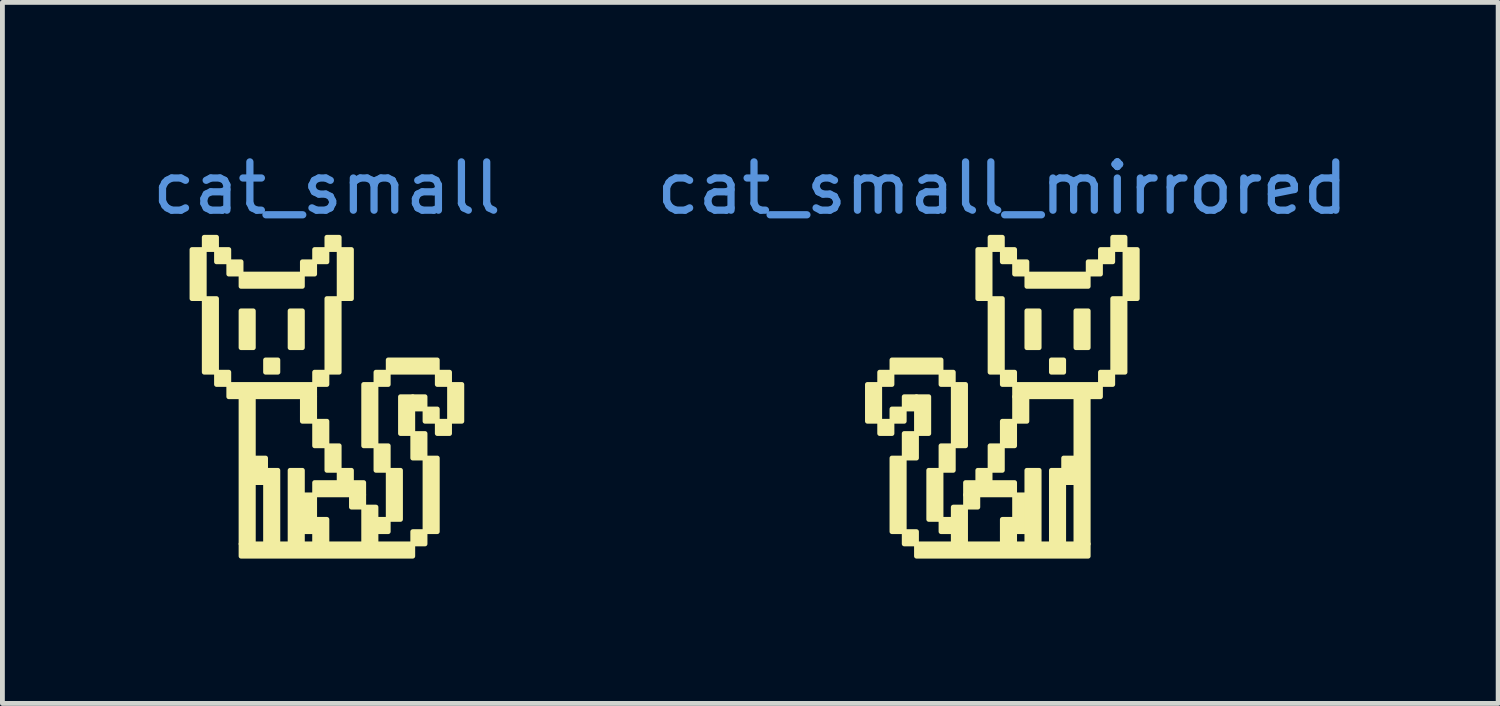
<source format=kicad_pcb>
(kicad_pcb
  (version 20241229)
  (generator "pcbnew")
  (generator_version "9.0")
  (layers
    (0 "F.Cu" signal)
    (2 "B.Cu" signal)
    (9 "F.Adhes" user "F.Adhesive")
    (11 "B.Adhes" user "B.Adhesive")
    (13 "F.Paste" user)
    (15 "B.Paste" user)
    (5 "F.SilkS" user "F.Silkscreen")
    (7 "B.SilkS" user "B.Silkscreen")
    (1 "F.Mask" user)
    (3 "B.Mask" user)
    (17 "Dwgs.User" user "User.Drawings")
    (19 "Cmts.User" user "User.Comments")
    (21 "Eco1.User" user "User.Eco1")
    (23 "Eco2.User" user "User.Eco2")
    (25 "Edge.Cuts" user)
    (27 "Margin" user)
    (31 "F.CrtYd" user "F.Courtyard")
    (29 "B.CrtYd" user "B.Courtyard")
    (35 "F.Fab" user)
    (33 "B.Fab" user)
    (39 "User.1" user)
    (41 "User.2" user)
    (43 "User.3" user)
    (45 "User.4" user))
  (footprint "cat_small_mirrored"
    (layer "F.Cu")
    (at 17.708 6.182)
    (property "Reference" "cat_small_mirrored" (at 0 -5.334 0) (layer "Cmts.User") (effects (font (size 1 1) (thickness 0.15))))
    (attr through_hole)
    (fp_poly (pts (xy -2.794 -0.508) (xy -2.54 -0.508) (xy -2.54 -1.27) (xy -2.794 -1.27)) (stroke (width 0.1) (type solid)) (fill yes) (layer "F.SilkS"))
    (fp_poly (pts (xy -2.54 -1.27) (xy -2.286 -1.27) (xy -2.286 -1.524) (xy -2.54 -1.524)) (stroke (width 0.1) (type solid)) (fill yes) (layer "F.SilkS"))
    (fp_poly (pts (xy -2.54 -0.254) (xy -2.286 -0.254) (xy -2.286 -0.508) (xy -2.54 -0.508)) (stroke (width 0.1) (type solid)) (fill yes) (layer "F.SilkS"))
    (fp_poly (pts (xy -2.286 -1.524) (xy -1.27 -1.524) (xy -1.27 -1.778) (xy -2.286 -1.778)) (stroke (width 0.1) (type solid)) (fill yes) (layer "F.SilkS"))
    (fp_poly (pts (xy -2.286 -0.508) (xy -2.032 -0.508) (xy -2.032 -0.762) (xy -2.286 -0.762)) (stroke (width 0.1) (type solid)) (fill yes) (layer "F.SilkS"))
    (fp_poly (pts (xy -2.286 1.778) (xy -2.032 1.778) (xy -2.032 0.254) (xy -2.286 0.254)) (stroke (width 0.1) (type solid)) (fill yes) (layer "F.SilkS"))
    (fp_poly (pts (xy -2.032 -0.762) (xy -1.778 -0.762) (xy -1.778 -1.016) (xy -2.032 -1.016)) (stroke (width 0.1) (type solid)) (fill yes) (layer "F.SilkS"))
    (fp_poly (pts (xy -2.032 0.254) (xy -1.778 0.254) (xy -1.778 -0.254) (xy -2.032 -0.254)) (stroke (width 0.1) (type solid)) (fill yes) (layer "F.SilkS"))
    (fp_poly (pts (xy -2.032 2.032) (xy -1.778 2.032) (xy -1.778 1.778) (xy -2.032 1.778)) (stroke (width 0.1) (type solid)) (fill yes) (layer "F.SilkS"))
    (fp_poly (pts (xy -1.778 -0.254) (xy -1.524 -0.254) (xy -1.524 -1.016) (xy -1.778 -1.016)) (stroke (width 0.1) (type solid)) (fill yes) (layer "F.SilkS"))
    (fp_poly (pts (xy -1.778 2.286) (xy 1.778 2.286) (xy 1.778 2.032) (xy -1.778 2.032)) (stroke (width 0.1) (type solid)) (fill yes) (layer "F.SilkS"))
    (fp_poly (pts (xy -1.524 1.524) (xy -1.27 1.524) (xy -1.27 0.508) (xy -1.524 0.508)) (stroke (width 0.1) (type solid)) (fill yes) (layer "F.SilkS"))
    (fp_poly (pts (xy -1.27 -1.27) (xy -1.016 -1.27) (xy -1.016 -1.524) (xy -1.27 -1.524)) (stroke (width 0.1) (type solid)) (fill yes) (layer "F.SilkS"))
    (fp_poly (pts (xy -1.27 0.508) (xy -1.016 0.508) (xy -1.016 0) (xy -1.27 0)) (stroke (width 0.1) (type solid)) (fill yes) (layer "F.SilkS"))
    (fp_poly (pts (xy -1.27 1.778) (xy -1.016 1.778) (xy -1.016 1.524) (xy -1.27 1.524)) (stroke (width 0.1) (type solid)) (fill yes) (layer "F.SilkS"))
    (fp_poly (pts (xy -1.016 0) (xy -0.762 0) (xy -0.762 -1.27) (xy -1.016 -1.27)) (stroke (width 0.1) (type solid)) (fill yes) (layer "F.SilkS"))
    (fp_poly (pts (xy -1.016 2.032) (xy -0.762 2.032) (xy -0.762 1.27) (xy -1.016 1.27)) (stroke (width 0.1) (type solid)) (fill yes) (layer "F.SilkS"))
    (fp_poly (pts (xy -0.762 1.016) (xy 0.254 1.016) (xy 0.254 0.762) (xy -0.762 0.762)) (stroke (width 0.1) (type solid)) (fill yes) (layer "F.SilkS"))
    (fp_poly (pts (xy -0.762 1.27) (xy -0.508 1.27) (xy -0.508 1.016) (xy -0.762 1.016)) (stroke (width 0.1) (type solid)) (fill yes) (layer "F.SilkS"))
    (fp_poly (pts (xy -0.508 -3.048) (xy -0.254 -3.048) (xy -0.254 -4.064) (xy -0.508 -4.064)) (stroke (width 0.1) (type solid)) (fill yes) (layer "F.SilkS"))
    (fp_poly (pts (xy -0.508 0.762) (xy -0.254 0.762) (xy -0.254 0.508) (xy -0.508 0.508)) (stroke (width 0.1) (type solid)) (fill yes) (layer "F.SilkS"))
    (fp_poly (pts (xy -0.254 -4.064) (xy 0 -4.064) (xy 0 -4.318) (xy -0.254 -4.318)) (stroke (width 0.1) (type solid)) (fill yes) (layer "F.SilkS"))
    (fp_poly (pts (xy -0.254 -1.524) (xy 0 -1.524) (xy 0 -3.048) (xy -0.254 -3.048)) (stroke (width 0.1) (type solid)) (fill yes) (layer "F.SilkS"))
    (fp_poly (pts (xy -0.254 0.508) (xy 0 0.508) (xy 0 0) (xy -0.254 0)) (stroke (width 0.1) (type solid)) (fill yes) (layer "F.SilkS"))
    (fp_poly (pts (xy 0 -3.81) (xy 0.254 -3.81) (xy 0.254 -4.064) (xy 0 -4.064)) (stroke (width 0.1) (type solid)) (fill yes) (layer "F.SilkS"))
    (fp_poly (pts (xy 0 -1.27) (xy 0.254 -1.27) (xy 0.254 -1.524) (xy 0 -1.524)) (stroke (width 0.1) (type solid)) (fill yes) (layer "F.SilkS"))
    (fp_poly (pts (xy 0 0) (xy 0.254 0) (xy 0.254 -0.508) (xy 0 -0.508)) (stroke (width 0.1) (type solid)) (fill yes) (layer "F.SilkS"))
    (fp_poly (pts (xy 0 2.032) (xy 0.254 2.032) (xy 0.254 1.524) (xy 0 1.524)) (stroke (width 0.1) (type solid)) (fill yes) (layer "F.SilkS"))
    (fp_poly (pts (xy 0.254 -3.556) (xy 0.508 -3.556) (xy 0.508 -3.81) (xy 0.254 -3.81)) (stroke (width 0.1) (type solid)) (fill yes) (layer "F.SilkS"))
    (fp_poly (pts (xy 0.254 -1.016) (xy 2.032 -1.016) (xy 2.032 -1.27) (xy 0.254 -1.27)) (stroke (width 0.1) (type solid)) (fill yes) (layer "F.SilkS"))
    (fp_poly (pts (xy 0.254 -0.508) (xy 0.508 -0.508) (xy 0.508 -1.016) (xy 0.254 -1.016)) (stroke (width 0.1) (type solid)) (fill yes) (layer "F.SilkS"))
    (fp_poly (pts (xy 0.254 1.778) (xy 0.508 1.778) (xy 0.508 1.016) (xy 0.254 1.016)) (stroke (width 0.1) (type solid)) (fill yes) (layer "F.SilkS"))
    (fp_poly (pts (xy 0.508 -3.302) (xy 1.778 -3.302) (xy 1.778 -3.556) (xy 0.508 -3.556)) (stroke (width 0.1) (type solid)) (fill yes) (layer "F.SilkS"))
    (fp_poly (pts (xy 0.508 -2.032) (xy 0.762 -2.032) (xy 0.762 -2.794) (xy 0.508 -2.794)) (stroke (width 0.1) (type solid)) (fill yes) (layer "F.SilkS"))
    (fp_poly (pts (xy 0.508 2.032) (xy 0.762 2.032) (xy 0.762 0.508) (xy 0.508 0.508)) (stroke (width 0.1) (type solid)) (fill yes) (layer "F.SilkS"))
    (fp_poly (pts (xy 1.016 -1.524) (xy 1.27 -1.524) (xy 1.27 -1.778) (xy 1.016 -1.778)) (stroke (width 0.1) (type solid)) (fill yes) (layer "F.SilkS"))
    (fp_poly (pts (xy 1.016 2.032) (xy 1.27 2.032) (xy 1.27 0.508) (xy 1.016 0.508)) (stroke (width 0.1) (type solid)) (fill yes) (layer "F.SilkS"))
    (fp_poly (pts (xy 1.27 0.762) (xy 1.524 0.762) (xy 1.524 0.254) (xy 1.27 0.254)) (stroke (width 0.1) (type solid)) (fill yes) (layer "F.SilkS"))
    (fp_poly (pts (xy 1.524 -2.032) (xy 1.778 -2.032) (xy 1.778 -2.794) (xy 1.524 -2.794)) (stroke (width 0.1) (type solid)) (fill yes) (layer "F.SilkS"))
    (fp_poly (pts (xy 1.524 2.032) (xy 1.778 2.032) (xy 1.778 -1.016) (xy 1.524 -1.016)) (stroke (width 0.1) (type solid)) (fill yes) (layer "F.SilkS"))
    (fp_poly (pts (xy 1.778 -3.556) (xy 2.032 -3.556) (xy 2.032 -3.81) (xy 1.778 -3.81)) (stroke (width 0.1) (type solid)) (fill yes) (layer "F.SilkS"))
    (fp_poly (pts (xy 2.032 -3.81) (xy 2.286 -3.81) (xy 2.286 -4.064) (xy 2.032 -4.064)) (stroke (width 0.1) (type solid)) (fill yes) (layer "F.SilkS"))
    (fp_poly (pts (xy 2.032 -1.27) (xy 2.286 -1.27) (xy 2.286 -1.524) (xy 2.032 -1.524)) (stroke (width 0.1) (type solid)) (fill yes) (layer "F.SilkS"))
    (fp_poly (pts (xy 2.286 -4.064) (xy 2.54 -4.064) (xy 2.54 -4.318) (xy 2.286 -4.318)) (stroke (width 0.1) (type solid)) (fill yes) (layer "F.SilkS"))
    (fp_poly (pts (xy 2.286 -1.524) (xy 2.54 -1.524) (xy 2.54 -3.048) (xy 2.286 -3.048)) (stroke (width 0.1) (type solid)) (fill yes) (layer "F.SilkS"))
    (fp_poly (pts (xy 2.54 -3.048) (xy 2.794 -3.048) (xy 2.794 -4.064) (xy 2.54 -4.064)) (stroke (width 0.1) (type solid)) (fill yes) (layer "F.SilkS")))
  (footprint "cat_small"
    (layer "F.Cu")
    (at 3.72 6.182)
    (property "Reference" "cat_small" (at 0 -5.334 0) (layer "Cmts.User") (effects (font (size 1 1) (thickness 0.15))))
    (attr through_hole)
    (fp_poly (pts (xy -2.54 -3.048) (xy -2.794 -3.048) (xy -2.794 -4.064) (xy -2.54 -4.064)) (stroke (width 0.1) (type solid)) (fill yes) (layer "F.SilkS"))
    (fp_poly (pts (xy -2.286 -4.064) (xy -2.54 -4.064) (xy -2.54 -4.318) (xy -2.286 -4.318)) (stroke (width 0.1) (type solid)) (fill yes) (layer "F.SilkS"))
    (fp_poly (pts (xy -2.286 -1.524) (xy -2.54 -1.524) (xy -2.54 -3.048) (xy -2.286 -3.048)) (stroke (width 0.1) (type solid)) (fill yes) (layer "F.SilkS"))
    (fp_poly (pts (xy -2.032 -3.81) (xy -2.286 -3.81) (xy -2.286 -4.064) (xy -2.032 -4.064)) (stroke (width 0.1) (type solid)) (fill yes) (layer "F.SilkS"))
    (fp_poly (pts (xy -2.032 -1.27) (xy -2.286 -1.27) (xy -2.286 -1.524) (xy -2.032 -1.524)) (stroke (width 0.1) (type solid)) (fill yes) (layer "F.SilkS"))
    (fp_poly (pts (xy -1.778 -3.556) (xy -2.032 -3.556) (xy -2.032 -3.81) (xy -1.778 -3.81)) (stroke (width 0.1) (type solid)) (fill yes) (layer "F.SilkS"))
    (fp_poly (pts (xy -1.524 -2.032) (xy -1.778 -2.032) (xy -1.778 -2.794) (xy -1.524 -2.794)) (stroke (width 0.1) (type solid)) (fill yes) (layer "F.SilkS"))
    (fp_poly (pts (xy -1.524 2.032) (xy -1.778 2.032) (xy -1.778 -1.016) (xy -1.524 -1.016)) (stroke (width 0.1) (type solid)) (fill yes) (layer "F.SilkS"))
    (fp_poly (pts (xy -1.27 0.762) (xy -1.524 0.762) (xy -1.524 0.254) (xy -1.27 0.254)) (stroke (width 0.1) (type solid)) (fill yes) (layer "F.SilkS"))
    (fp_poly (pts (xy -1.016 -1.524) (xy -1.27 -1.524) (xy -1.27 -1.778) (xy -1.016 -1.778)) (stroke (width 0.1) (type solid)) (fill yes) (layer "F.SilkS"))
    (fp_poly (pts (xy -1.016 2.032) (xy -1.27 2.032) (xy -1.27 0.508) (xy -1.016 0.508)) (stroke (width 0.1) (type solid)) (fill yes) (layer "F.SilkS"))
    (fp_poly (pts (xy -0.508 -3.302) (xy -1.778 -3.302) (xy -1.778 -3.556) (xy -0.508 -3.556)) (stroke (width 0.1) (type solid)) (fill yes) (layer "F.SilkS"))
    (fp_poly (pts (xy -0.508 -2.032) (xy -0.762 -2.032) (xy -0.762 -2.794) (xy -0.508 -2.794)) (stroke (width 0.1) (type solid)) (fill yes) (layer "F.SilkS"))
    (fp_poly (pts (xy -0.508 2.032) (xy -0.762 2.032) (xy -0.762 0.508) (xy -0.508 0.508)) (stroke (width 0.1) (type solid)) (fill yes) (layer "F.SilkS"))
    (fp_poly (pts (xy -0.254 -3.556) (xy -0.508 -3.556) (xy -0.508 -3.81) (xy -0.254 -3.81)) (stroke (width 0.1) (type solid)) (fill yes) (layer "F.SilkS"))
    (fp_poly (pts (xy -0.254 -1.016) (xy -2.032 -1.016) (xy -2.032 -1.27) (xy -0.254 -1.27)) (stroke (width 0.1) (type solid)) (fill yes) (layer "F.SilkS"))
    (fp_poly (pts (xy -0.254 -0.508) (xy -0.508 -0.508) (xy -0.508 -1.016) (xy -0.254 -1.016)) (stroke (width 0.1) (type solid)) (fill yes) (layer "F.SilkS"))
    (fp_poly (pts (xy -0.254 1.778) (xy -0.508 1.778) (xy -0.508 1.016) (xy -0.254 1.016)) (stroke (width 0.1) (type solid)) (fill yes) (layer "F.SilkS"))
    (fp_poly (pts (xy 0 -3.81) (xy -0.254 -3.81) (xy -0.254 -4.064) (xy 0 -4.064)) (stroke (width 0.1) (type solid)) (fill yes) (layer "F.SilkS"))
    (fp_poly (pts (xy 0 -1.27) (xy -0.254 -1.27) (xy -0.254 -1.524) (xy 0 -1.524)) (stroke (width 0.1) (type solid)) (fill yes) (layer "F.SilkS"))
    (fp_poly (pts (xy 0 0) (xy -0.254 0) (xy -0.254 -0.508) (xy 0 -0.508)) (stroke (width 0.1) (type solid)) (fill yes) (layer "F.SilkS"))
    (fp_poly (pts (xy 0 2.032) (xy -0.254 2.032) (xy -0.254 1.524) (xy 0 1.524)) (stroke (width 0.1) (type solid)) (fill yes) (layer "F.SilkS"))
    (fp_poly (pts (xy 0.254 -4.064) (xy 0 -4.064) (xy 0 -4.318) (xy 0.254 -4.318)) (stroke (width 0.1) (type solid)) (fill yes) (layer "F.SilkS"))
    (fp_poly (pts (xy 0.254 -1.524) (xy 0 -1.524) (xy 0 -3.048) (xy 0.254 -3.048)) (stroke (width 0.1) (type solid)) (fill yes) (layer "F.SilkS"))
    (fp_poly (pts (xy 0.254 0.508) (xy 0 0.508) (xy 0 0) (xy 0.254 0)) (stroke (width 0.1) (type solid)) (fill yes) (layer "F.SilkS"))
    (fp_poly (pts (xy 0.508 -3.048) (xy 0.254 -3.048) (xy 0.254 -4.064) (xy 0.508 -4.064)) (stroke (width 0.1) (type solid)) (fill yes) (layer "F.SilkS"))
    (fp_poly (pts (xy 0.508 0.762) (xy 0.254 0.762) (xy 0.254 0.508) (xy 0.508 0.508)) (stroke (width 0.1) (type solid)) (fill yes) (layer "F.SilkS"))
    (fp_poly (pts (xy 0.762 1.016) (xy -0.254 1.016) (xy -0.254 0.762) (xy 0.762 0.762)) (stroke (width 0.1) (type solid)) (fill yes) (layer "F.SilkS"))
    (fp_poly (pts (xy 0.762 1.27) (xy 0.508 1.27) (xy 0.508 1.016) (xy 0.762 1.016)) (stroke (width 0.1) (type solid)) (fill yes) (layer "F.SilkS"))
    (fp_poly (pts (xy 1.016 0) (xy 0.762 0) (xy 0.762 -1.27) (xy 1.016 -1.27)) (stroke (width 0.1) (type solid)) (fill yes) (layer "F.SilkS"))
    (fp_poly (pts (xy 1.016 2.032) (xy 0.762 2.032) (xy 0.762 1.27) (xy 1.016 1.27)) (stroke (width 0.1) (type solid)) (fill yes) (layer "F.SilkS"))
    (fp_poly (pts (xy 1.27 -1.27) (xy 1.016 -1.27) (xy 1.016 -1.524) (xy 1.27 -1.524)) (stroke (width 0.1) (type solid)) (fill yes) (layer "F.SilkS"))
    (fp_poly (pts (xy 1.27 0.508) (xy 1.016 0.508) (xy 1.016 0) (xy 1.27 0)) (stroke (width 0.1) (type solid)) (fill yes) (layer "F.SilkS"))
    (fp_poly (pts (xy 1.27 1.778) (xy 1.016 1.778) (xy 1.016 1.524) (xy 1.27 1.524)) (stroke (width 0.1) (type solid)) (fill yes) (layer "F.SilkS"))
    (fp_poly (pts (xy 1.524 1.524) (xy 1.27 1.524) (xy 1.27 0.508) (xy 1.524 0.508)) (stroke (width 0.1) (type solid)) (fill yes) (layer "F.SilkS"))
    (fp_poly (pts (xy 1.778 -0.254) (xy 1.524 -0.254) (xy 1.524 -1.016) (xy 1.778 -1.016)) (stroke (width 0.1) (type solid)) (fill yes) (layer "F.SilkS"))
    (fp_poly (pts (xy 1.778 2.286) (xy -1.778 2.286) (xy -1.778 2.032) (xy 1.778 2.032)) (stroke (width 0.1) (type solid)) (fill yes) (layer "F.SilkS"))
    (fp_poly (pts (xy 2.032 -0.762) (xy 1.778 -0.762) (xy 1.778 -1.016) (xy 2.032 -1.016)) (stroke (width 0.1) (type solid)) (fill yes) (layer "F.SilkS"))
    (fp_poly (pts (xy 2.032 0.254) (xy 1.778 0.254) (xy 1.778 -0.254) (xy 2.032 -0.254)) (stroke (width 0.1) (type solid)) (fill yes) (layer "F.SilkS"))
    (fp_poly (pts (xy 2.032 2.032) (xy 1.778 2.032) (xy 1.778 1.778) (xy 2.032 1.778)) (stroke (width 0.1) (type solid)) (fill yes) (layer "F.SilkS"))
    (fp_poly (pts (xy 2.286 -1.524) (xy 1.27 -1.524) (xy 1.27 -1.778) (xy 2.286 -1.778)) (stroke (width 0.1) (type solid)) (fill yes) (layer "F.SilkS"))
    (fp_poly (pts (xy 2.286 -0.508) (xy 2.032 -0.508) (xy 2.032 -0.762) (xy 2.286 -0.762)) (stroke (width 0.1) (type solid)) (fill yes) (layer "F.SilkS"))
    (fp_poly (pts (xy 2.286 1.778) (xy 2.032 1.778) (xy 2.032 0.254) (xy 2.286 0.254)) (stroke (width 0.1) (type solid)) (fill yes) (layer "F.SilkS"))
    (fp_poly (pts (xy 2.54 -1.27) (xy 2.286 -1.27) (xy 2.286 -1.524) (xy 2.54 -1.524)) (stroke (width 0.1) (type solid)) (fill yes) (layer "F.SilkS"))
    (fp_poly (pts (xy 2.54 -0.254) (xy 2.286 -0.254) (xy 2.286 -0.508) (xy 2.54 -0.508)) (stroke (width 0.1) (type solid)) (fill yes) (layer "F.SilkS"))
    (fp_poly (pts (xy 2.794 -0.508) (xy 2.54 -0.508) (xy 2.54 -1.27) (xy 2.794 -1.27)) (stroke (width 0.1) (type solid)) (fill yes) (layer "F.SilkS")))
  (gr_rect
    (start -3 -3)
    (end 27.976 11.518)
    (stroke (width 0.1) (type default))
    (fill no)
    (layer "Edge.Cuts")))
</source>
